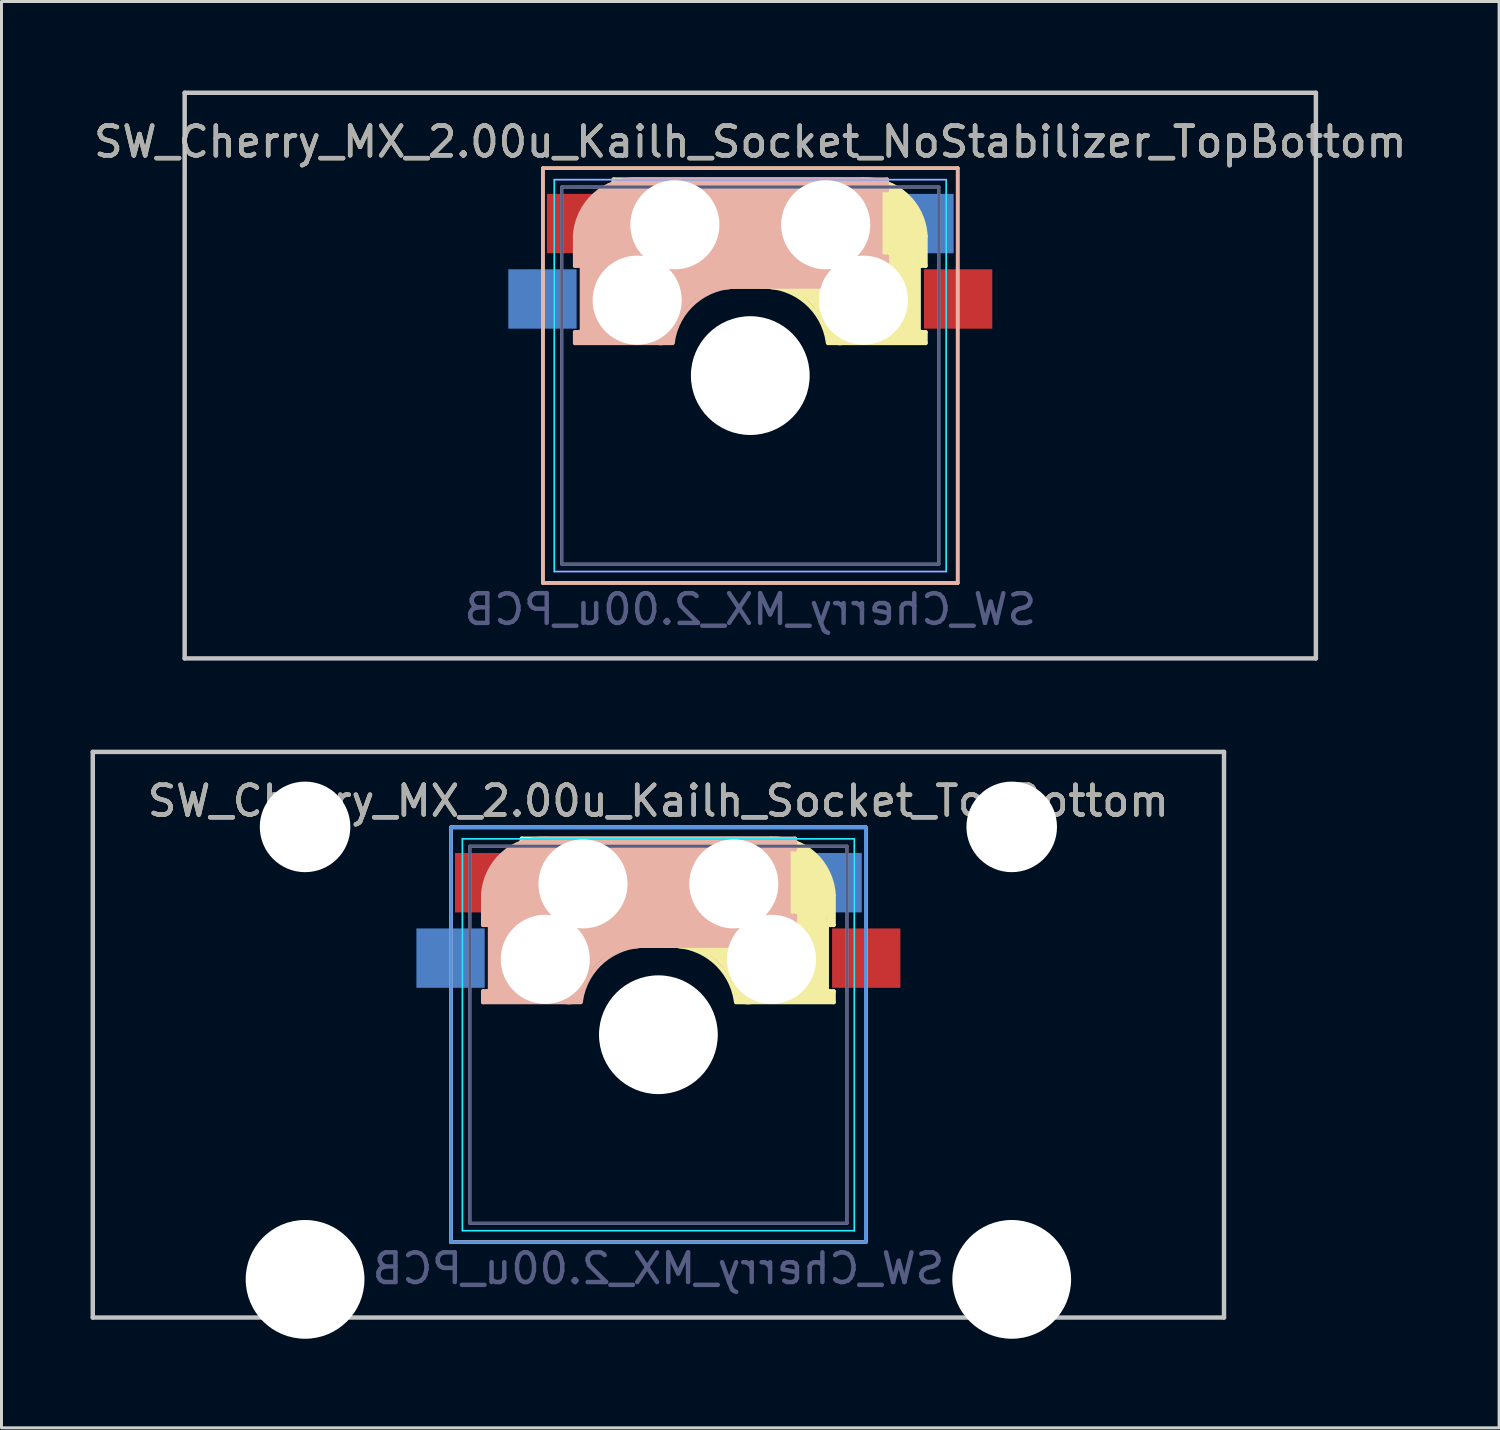
<source format=kicad_pcb>
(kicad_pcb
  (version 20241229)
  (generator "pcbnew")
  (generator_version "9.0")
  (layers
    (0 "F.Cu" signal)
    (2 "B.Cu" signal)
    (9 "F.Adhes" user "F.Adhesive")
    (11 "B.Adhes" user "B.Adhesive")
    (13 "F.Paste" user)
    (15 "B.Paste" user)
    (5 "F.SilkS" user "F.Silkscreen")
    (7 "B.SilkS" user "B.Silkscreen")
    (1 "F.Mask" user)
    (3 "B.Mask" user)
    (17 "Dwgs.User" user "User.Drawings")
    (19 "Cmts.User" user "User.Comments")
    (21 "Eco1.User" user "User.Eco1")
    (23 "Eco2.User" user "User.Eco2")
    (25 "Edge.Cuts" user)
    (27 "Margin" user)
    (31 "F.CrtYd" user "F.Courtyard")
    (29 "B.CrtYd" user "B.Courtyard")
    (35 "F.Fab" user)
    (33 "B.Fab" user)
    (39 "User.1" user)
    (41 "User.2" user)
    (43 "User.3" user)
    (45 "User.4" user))
  (footprint "SW_Cherry_MX_2.00u_Kailh_Socket_TopBottom"
    (layer "F.Cu")
    (at 21.665 26.72)
    (property "Reference" "SW_Cherry_MX_2.00u_Kailh_Socket_TopBottom" (at -2.54 -2.794 0) (layer "F.SilkS") (effects (font (size 1 1) (thickness 0.15))))
    (property "Value" "SW_Cherry_MX_2.00u_PCB" (at -2.54 12.954 0) (layer "F.Fab") (hide yes) (effects (font (size 1 1) (thickness 0.15))))
    (fp_line (start -9.525 -1.905) (end 4.445 -1.905) (stroke (width 0.12) (type solid)) (layer "F.SilkS"))
    (fp_line (start -9.525 12.065) (end -9.525 -1.905) (stroke (width 0.12) (type solid)) (layer "F.SilkS"))
    (fp_line (start -7.14 -1.52) (end 1.26 -1.52) (stroke (width 0.15) (type solid)) (layer "F.SilkS"))
    (fp_line (start -7.14 -1.17) (end -7.14 -1.52) (stroke (width 0.15) (type solid)) (layer "F.SilkS"))
    (fp_line (start -7.14 1.08) (end -6.94 1.08) (stroke (width 0.15) (type solid)) (layer "F.SilkS"))
    (fp_line (start -7.14 2.08) (end -7.14 1.08) (stroke (width 0.15) (type solid)) (layer "F.SilkS"))
    (fp_line (start -6.94 -1.32) (end -5.54 -1.32) (stroke (width 0.4) (type solid)) (layer "F.SilkS"))
    (fp_line (start -6.94 -1.17) (end -7.14 -1.17) (stroke (width 0.15) (type solid)) (layer "F.SilkS"))
    (fp_line (start -6.94 1.18) (end -6.94 1.88) (stroke (width 0.4) (type solid)) (layer "F.SilkS"))
    (fp_line (start -6.92 1.08) (end -6.92 -1.17) (stroke (width 0.15) (type solid)) (layer "F.SilkS"))
    (fp_line (start -6.84 1.78) (end -5.44 1.78) (stroke (width 0.5) (type solid)) (layer "F.SilkS"))
    (fp_line (start -6.44 -0.92) (end -6.44 1.58) (stroke (width 1) (type solid)) (layer "F.SilkS"))
    (fp_line (start -5.14 0.28) (end 1.56 0.28) (stroke (width 3.5) (type solid)) (layer "F.SilkS"))
    (fp_line (start -2.14 2.08) (end -7.14 2.08) (stroke (width 0.15) (type solid)) (layer "F.SilkS"))
    (fp_line (start 1.63 -0.02) (end 1.63 2.22) (stroke (width 3) (type solid)) (layer "F.SilkS"))
    (fp_line (start 2.76 3.48) (end 2.76 1.68) (stroke (width 0.8) (type solid)) (layer "F.SilkS"))
    (fp_line (start 3.13 1.38) (end 3.13 3.62) (stroke (width 0.15) (type solid)) (layer "F.SilkS"))
    (fp_line (start 3.16 3.62) (end 3.36 3.62) (stroke (width 0.15) (type solid)) (layer "F.SilkS"))
    (fp_line (start 3.16 3.78) (end 0.46 3.78) (stroke (width 0.5) (type solid)) (layer "F.SilkS"))
    (fp_line (start 3.26 1.28) (end 3.26 0.38) (stroke (width 0.3) (type solid)) (layer "F.SilkS"))
    (fp_line (start 3.36 0.38) (end 3.36 1.38) (stroke (width 0.15) (type solid)) (layer "F.SilkS"))
    (fp_line (start 3.36 1.38) (end 3.16 1.38) (stroke (width 0.15) (type solid)) (layer "F.SilkS"))
    (fp_line (start 3.36 3.98) (end 0.08 3.98) (stroke (width 0.15) (type solid)) (layer "F.SilkS"))
    (fp_line (start 3.36 3.98) (end 3.36 3.62) (stroke (width 0.15) (type solid)) (layer "F.SilkS"))
    (fp_line (start 4.445 -1.905) (end 4.445 12.065) (stroke (width 0.12) (type solid)) (layer "F.SilkS"))
    (fp_line (start 4.445 12.065) (end -9.525 12.065) (stroke (width 0.12) (type solid)) (layer "F.SilkS"))
    (fp_arc (start -2.14 2.08) (mid -0.671291 2.593882) (end 0.076318 3.958529) (stroke (width 0.15) (type solid)) (layer "F.SilkS"))
    (fp_arc (start -1.74 1.68) (mid -0.271291 2.193882) (end 0.476318 3.558529) (stroke (width 1) (type solid)) (layer "F.SilkS"))
    (fp_arc (start 1.26 -1.520001) (mid 2.703504 -1.004925) (end 3.360001 0.38) (stroke (width 0.15) (type solid)) (layer "F.SilkS"))
    (fp_line (start -9.525 -1.905) (end -9.525 12.065) (stroke (width 0.12) (type solid)) (layer "B.SilkS"))
    (fp_line (start -9.525 12.065) (end 4.445 12.065) (stroke (width 0.12) (type solid)) (layer "B.SilkS"))
    (fp_line (start -8.44 0.38) (end -8.44 1.38) (stroke (width 0.15) (type solid)) (layer "B.SilkS"))
    (fp_line (start -8.44 1.38) (end -8.24 1.38) (stroke (width 0.15) (type solid)) (layer "B.SilkS"))
    (fp_line (start -8.44 3.98) (end -8.44 3.62) (stroke (width 0.15) (type solid)) (layer "B.SilkS"))
    (fp_line (start -8.44 3.98) (end -5.16 3.98) (stroke (width 0.15) (type solid)) (layer "B.SilkS"))
    (fp_line (start -8.34 1.28) (end -8.34 0.38) (stroke (width 0.3) (type solid)) (layer "B.SilkS"))
    (fp_line (start -8.24 3.62) (end -8.44 3.62) (stroke (width 0.15) (type solid)) (layer "B.SilkS"))
    (fp_line (start -8.24 3.78) (end -5.54 3.78) (stroke (width 0.5) (type solid)) (layer "B.SilkS"))
    (fp_line (start -8.21 1.38) (end -8.21 3.62) (stroke (width 0.15) (type solid)) (layer "B.SilkS"))
    (fp_line (start -7.84 3.48) (end -7.84 1.68) (stroke (width 0.8) (type solid)) (layer "B.SilkS"))
    (fp_line (start -6.71 -0.02) (end -6.71 2.22) (stroke (width 3) (type solid)) (layer "B.SilkS"))
    (fp_line (start -2.94 2.08) (end 2.06 2.08) (stroke (width 0.15) (type solid)) (layer "B.SilkS"))
    (fp_line (start 0.06 0.28) (end -6.64 0.28) (stroke (width 3.5) (type solid)) (layer "B.SilkS"))
    (fp_line (start 1.36 -0.92) (end 1.36 1.58) (stroke (width 1) (type solid)) (layer "B.SilkS"))
    (fp_line (start 1.76 1.78) (end 0.36 1.78) (stroke (width 0.5) (type solid)) (layer "B.SilkS"))
    (fp_line (start 1.84 1.08) (end 1.84 -1.17) (stroke (width 0.15) (type solid)) (layer "B.SilkS"))
    (fp_line (start 1.86 -1.32) (end 0.46 -1.32) (stroke (width 0.4) (type solid)) (layer "B.SilkS"))
    (fp_line (start 1.86 -1.17) (end 2.06 -1.17) (stroke (width 0.15) (type solid)) (layer "B.SilkS"))
    (fp_line (start 1.86 1.18) (end 1.86 1.88) (stroke (width 0.4) (type solid)) (layer "B.SilkS"))
    (fp_line (start 2.06 -1.52) (end -6.34 -1.52) (stroke (width 0.15) (type solid)) (layer "B.SilkS"))
    (fp_line (start 2.06 -1.17) (end 2.06 -1.52) (stroke (width 0.15) (type solid)) (layer "B.SilkS"))
    (fp_line (start 2.06 1.08) (end 1.86 1.08) (stroke (width 0.15) (type solid)) (layer "B.SilkS"))
    (fp_line (start 2.06 2.08) (end 2.06 1.08) (stroke (width 0.15) (type solid)) (layer "B.SilkS"))
    (fp_line (start 4.445 -1.905) (end -9.525 -1.905) (stroke (width 0.12) (type solid)) (layer "B.SilkS"))
    (fp_line (start 4.445 12.065) (end 4.445 -1.905) (stroke (width 0.12) (type solid)) (layer "B.SilkS"))
    (fp_arc (start -8.44 0.380001) (mid -7.783504 -1.004924) (end -6.340001 -1.52) (stroke (width 0.15) (type solid)) (layer "B.SilkS"))
    (fp_arc (start -5.556318 3.558529) (mid -4.808709 2.193882) (end -3.34 1.68) (stroke (width 1) (type solid)) (layer "B.SilkS"))
    (fp_arc (start -5.156318 3.958529) (mid -4.408709 2.593882) (end -2.94 2.08) (stroke (width 0.15) (type solid)) (layer "B.SilkS"))
    (fp_line (start -21.59 -4.445) (end 16.51 -4.445) (stroke (width 0.15) (type solid)) (layer "Dwgs.User"))
    (fp_line (start -21.59 14.605) (end -21.59 -4.445) (stroke (width 0.15) (type solid)) (layer "Dwgs.User"))
    (fp_line (start 16.51 -4.445) (end 16.51 14.605) (stroke (width 0.15) (type solid)) (layer "Dwgs.User"))
    (fp_line (start 16.51 14.605) (end -21.59 14.605) (stroke (width 0.15) (type solid)) (layer "Dwgs.User"))
    (fp_line (start -9.525 -1.905) (end -9.525 12.065) (stroke (width 0.12) (type solid)) (layer "Cmts.User"))
    (fp_line (start -9.525 12.065) (end 4.445 12.065) (stroke (width 0.12) (type solid)) (layer "Cmts.User"))
    (fp_line (start 4.445 -1.905) (end -9.525 -1.905) (stroke (width 0.12) (type solid)) (layer "Cmts.User"))
    (fp_line (start 4.445 12.065) (end 4.445 -1.905) (stroke (width 0.12) (type solid)) (layer "Cmts.User"))
    (fp_line (start -9.14 -1.52) (end -9.14 11.68) (stroke (width 0.05) (type solid)) (layer "B.CrtYd"))
    (fp_line (start -9.14 11.68) (end 4.06 11.68) (stroke (width 0.05) (type solid)) (layer "B.CrtYd"))
    (fp_line (start 4.06 -1.52) (end -9.14 -1.52) (stroke (width 0.05) (type solid)) (layer "B.CrtYd"))
    (fp_line (start 4.06 11.68) (end 4.06 -1.52) (stroke (width 0.05) (type solid)) (layer "B.CrtYd"))
    (fp_line (start -9.14 -1.52) (end 4.06 -1.52) (stroke (width 0.05) (type solid)) (layer "F.CrtYd"))
    (fp_line (start -9.14 11.68) (end -9.14 -1.52) (stroke (width 0.05) (type solid)) (layer "F.CrtYd"))
    (fp_line (start 4.06 -1.52) (end 4.06 11.68) (stroke (width 0.05) (type solid)) (layer "F.CrtYd"))
    (fp_line (start 4.06 11.68) (end -9.14 11.68) (stroke (width 0.05) (type solid)) (layer "F.CrtYd"))
    (fp_line (start -8.89 -1.27) (end -8.89 11.43) (stroke (width 0.1) (type solid)) (layer "B.Fab"))
    (fp_line (start -8.89 11.43) (end 3.81 11.43) (stroke (width 0.1) (type solid)) (layer "B.Fab"))
    (fp_line (start 3.81 -1.27) (end -8.89 -1.27) (stroke (width 0.1) (type solid)) (layer "B.Fab"))
    (fp_line (start 3.81 11.43) (end 3.81 -1.27) (stroke (width 0.1) (type solid)) (layer "B.Fab"))
    (fp_line (start -8.89 -1.27) (end 3.81 -1.27) (stroke (width 0.1) (type solid)) (layer "F.Fab"))
    (fp_line (start -8.89 11.43) (end -8.89 -1.27) (stroke (width 0.1) (type solid)) (layer "F.Fab"))
    (fp_line (start 3.81 -1.27) (end 3.81 11.43) (stroke (width 0.1) (type solid)) (layer "F.Fab"))
    (fp_line (start 3.81 11.43) (end -8.89 11.43) (stroke (width 0.1) (type solid)) (layer "F.Fab"))
    (fp_text user "${VALUE}" (at -2.54 12.954 0) (layer "B.Fab") (effects (font (size 1 1) (thickness 0.15)) (justify mirror)))
    (fp_text user "${REFERENCE}" (at -2.54 -2.794 0) (layer "F.Fab") (effects (font (size 1 1) (thickness 0.15))))
    (pad "" np_thru_hole circle (at -14.44 -1.92) (size 3.05 3.05) (drill 3.05) (layers "*.Cu" "*.Mask"))
    (pad "" np_thru_hole circle (at -14.44 13.32) (size 4 4) (drill 4) (layers "*.Cu" "*.Mask"))
    (pad "" np_thru_hole circle (at -6.35 2.54) (size 3 3) (drill 3) (layers "*.Cu" "*.Mask"))
    (pad "" np_thru_hole circle (at -5.08 0) (size 3 3) (drill 3) (layers "*.Cu" "*.Mask"))
    (pad "" np_thru_hole circle (at -2.54 5.08) (size 4 4) (drill 4) (layers "*.Cu" "*.Mask"))
    (pad "" np_thru_hole circle (at 0 0) (size 3 3) (drill 3) (layers "*.Cu" "*.Mask"))
    (pad "" np_thru_hole circle (at 1.27 2.54) (size 3 3) (drill 3) (layers "*.Cu" "*.Mask"))
    (pad "" np_thru_hole circle (at 9.36 -1.92) (size 3.05 3.05) (drill 3.05) (layers "*.Cu" "*.Mask"))
    (pad "" np_thru_hole circle (at 9.36 13.32) (size 4 4) (drill 4) (layers "*.Cu" "*.Mask"))
    (pad "1" smd rect (at 3.16 -0.04) (size 2.3 2) (layers "B.Cu" "B.Mask" "B.Paste"))
    (pad "1" smd rect (at 4.46 2.5) (size 2.3 2) (layers "F.Cu" "F.Mask" "F.Paste"))
    (pad "2" smd rect (at -9.54 2.5) (size 2.3 2) (layers "B.Cu" "B.Mask" "B.Paste"))
    (pad "2" smd rect (at -8.24 -0.04) (size 2.3 2) (layers "F.Cu" "F.Mask" "F.Paste")))
  (footprint "SW_Cherry_MX_2.00u_Kailh_Socket_NoStabilizer_TopBottom"
    (layer "F.Cu")
    (at 24.76 4.52)
    (property "Reference" "SW_Cherry_MX_2.00u_Kailh_Socket_NoStabilizer_TopBottom" (at -2.54 -2.794 0) (layer "F.SilkS") (effects (font (size 1 1) (thickness 0.15))))
    (property "Value" "SW_Cherry_MX_2.00u_PCB" (at -2.54 12.954 0) (layer "F.Fab") (hide yes) (effects (font (size 1 1) (thickness 0.15))))
    (fp_line (start -9.525 -1.905) (end 4.445 -1.905) (stroke (width 0.12) (type solid)) (layer "F.SilkS"))
    (fp_line (start -9.525 12.065) (end -9.525 -1.905) (stroke (width 0.12) (type solid)) (layer "F.SilkS"))
    (fp_line (start -7.14 -1.52) (end 1.26 -1.52) (stroke (width 0.15) (type solid)) (layer "F.SilkS"))
    (fp_line (start -7.14 -1.17) (end -7.14 -1.52) (stroke (width 0.15) (type solid)) (layer "F.SilkS"))
    (fp_line (start -7.14 1.08) (end -6.94 1.08) (stroke (width 0.15) (type solid)) (layer "F.SilkS"))
    (fp_line (start -7.14 2.08) (end -7.14 1.08) (stroke (width 0.15) (type solid)) (layer "F.SilkS"))
    (fp_line (start -6.94 -1.32) (end -5.54 -1.32) (stroke (width 0.4) (type solid)) (layer "F.SilkS"))
    (fp_line (start -6.94 -1.17) (end -7.14 -1.17) (stroke (width 0.15) (type solid)) (layer "F.SilkS"))
    (fp_line (start -6.94 1.18) (end -6.94 1.88) (stroke (width 0.4) (type solid)) (layer "F.SilkS"))
    (fp_line (start -6.92 1.08) (end -6.92 -1.17) (stroke (width 0.15) (type solid)) (layer "F.SilkS"))
    (fp_line (start -6.84 1.78) (end -5.44 1.78) (stroke (width 0.5) (type solid)) (layer "F.SilkS"))
    (fp_line (start -6.44 -0.92) (end -6.44 1.58) (stroke (width 1) (type solid)) (layer "F.SilkS"))
    (fp_line (start -5.14 0.28) (end 1.56 0.28) (stroke (width 3.5) (type solid)) (layer "F.SilkS"))
    (fp_line (start -2.14 2.08) (end -7.14 2.08) (stroke (width 0.15) (type solid)) (layer "F.SilkS"))
    (fp_line (start 1.63 -0.02) (end 1.63 2.22) (stroke (width 3) (type solid)) (layer "F.SilkS"))
    (fp_line (start 2.76 3.48) (end 2.76 1.68) (stroke (width 0.8) (type solid)) (layer "F.SilkS"))
    (fp_line (start 3.13 1.38) (end 3.13 3.62) (stroke (width 0.15) (type solid)) (layer "F.SilkS"))
    (fp_line (start 3.16 3.62) (end 3.36 3.62) (stroke (width 0.15) (type solid)) (layer "F.SilkS"))
    (fp_line (start 3.16 3.78) (end 0.46 3.78) (stroke (width 0.5) (type solid)) (layer "F.SilkS"))
    (fp_line (start 3.26 1.28) (end 3.26 0.38) (stroke (width 0.3) (type solid)) (layer "F.SilkS"))
    (fp_line (start 3.36 0.38) (end 3.36 1.38) (stroke (width 0.15) (type solid)) (layer "F.SilkS"))
    (fp_line (start 3.36 1.38) (end 3.16 1.38) (stroke (width 0.15) (type solid)) (layer "F.SilkS"))
    (fp_line (start 3.36 3.98) (end 0.08 3.98) (stroke (width 0.15) (type solid)) (layer "F.SilkS"))
    (fp_line (start 3.36 3.98) (end 3.36 3.62) (stroke (width 0.15) (type solid)) (layer "F.SilkS"))
    (fp_line (start 4.445 -1.905) (end 4.445 12.065) (stroke (width 0.12) (type solid)) (layer "F.SilkS"))
    (fp_line (start 4.445 12.065) (end -9.525 12.065) (stroke (width 0.12) (type solid)) (layer "F.SilkS"))
    (fp_arc (start -2.14 2.08) (mid -0.671291 2.593882) (end 0.076318 3.958529) (stroke (width 0.15) (type solid)) (layer "F.SilkS"))
    (fp_arc (start -1.74 1.68) (mid -0.271291 2.193882) (end 0.476318 3.558529) (stroke (width 1) (type solid)) (layer "F.SilkS"))
    (fp_arc (start 1.26 -1.520001) (mid 2.703504 -1.004925) (end 3.360001 0.38) (stroke (width 0.15) (type solid)) (layer "F.SilkS"))
    (fp_line (start -9.525 -1.905) (end -9.525 12.065) (stroke (width 0.12) (type solid)) (layer "B.SilkS"))
    (fp_line (start -9.525 12.065) (end 4.445 12.065) (stroke (width 0.12) (type solid)) (layer "B.SilkS"))
    (fp_line (start -8.44 0.38) (end -8.44 1.38) (stroke (width 0.15) (type solid)) (layer "B.SilkS"))
    (fp_line (start -8.44 1.38) (end -8.24 1.38) (stroke (width 0.15) (type solid)) (layer "B.SilkS"))
    (fp_line (start -8.44 3.98) (end -8.44 3.62) (stroke (width 0.15) (type solid)) (layer "B.SilkS"))
    (fp_line (start -8.44 3.98) (end -5.16 3.98) (stroke (width 0.15) (type solid)) (layer "B.SilkS"))
    (fp_line (start -8.34 1.28) (end -8.34 0.38) (stroke (width 0.3) (type solid)) (layer "B.SilkS"))
    (fp_line (start -8.24 3.62) (end -8.44 3.62) (stroke (width 0.15) (type solid)) (layer "B.SilkS"))
    (fp_line (start -8.24 3.78) (end -5.54 3.78) (stroke (width 0.5) (type solid)) (layer "B.SilkS"))
    (fp_line (start -8.21 1.38) (end -8.21 3.62) (stroke (width 0.15) (type solid)) (layer "B.SilkS"))
    (fp_line (start -7.84 3.48) (end -7.84 1.68) (stroke (width 0.8) (type solid)) (layer "B.SilkS"))
    (fp_line (start -6.71 -0.02) (end -6.71 2.22) (stroke (width 3) (type solid)) (layer "B.SilkS"))
    (fp_line (start -2.94 2.08) (end 2.06 2.08) (stroke (width 0.15) (type solid)) (layer "B.SilkS"))
    (fp_line (start 0.06 0.28) (end -6.64 0.28) (stroke (width 3.5) (type solid)) (layer "B.SilkS"))
    (fp_line (start 1.36 -0.92) (end 1.36 1.58) (stroke (width 1) (type solid)) (layer "B.SilkS"))
    (fp_line (start 1.76 1.78) (end 0.36 1.78) (stroke (width 0.5) (type solid)) (layer "B.SilkS"))
    (fp_line (start 1.84 1.08) (end 1.84 -1.17) (stroke (width 0.15) (type solid)) (layer "B.SilkS"))
    (fp_line (start 1.86 -1.32) (end 0.46 -1.32) (stroke (width 0.4) (type solid)) (layer "B.SilkS"))
    (fp_line (start 1.86 -1.17) (end 2.06 -1.17) (stroke (width 0.15) (type solid)) (layer "B.SilkS"))
    (fp_line (start 1.86 1.18) (end 1.86 1.88) (stroke (width 0.4) (type solid)) (layer "B.SilkS"))
    (fp_line (start 2.06 -1.52) (end -6.34 -1.52) (stroke (width 0.15) (type solid)) (layer "B.SilkS"))
    (fp_line (start 2.06 -1.17) (end 2.06 -1.52) (stroke (width 0.15) (type solid)) (layer "B.SilkS"))
    (fp_line (start 2.06 1.08) (end 1.86 1.08) (stroke (width 0.15) (type solid)) (layer "B.SilkS"))
    (fp_line (start 2.06 2.08) (end 2.06 1.08) (stroke (width 0.15) (type solid)) (layer "B.SilkS"))
    (fp_line (start 4.445 -1.905) (end -9.525 -1.905) (stroke (width 0.12) (type solid)) (layer "B.SilkS"))
    (fp_line (start 4.445 12.065) (end 4.445 -1.905) (stroke (width 0.12) (type solid)) (layer "B.SilkS"))
    (fp_arc (start -8.44 0.380001) (mid -7.783504 -1.004924) (end -6.340001 -1.52) (stroke (width 0.15) (type solid)) (layer "B.SilkS"))
    (fp_arc (start -5.556318 3.558529) (mid -4.808709 2.193882) (end -3.34 1.68) (stroke (width 1) (type solid)) (layer "B.SilkS"))
    (fp_arc (start -5.156318 3.958529) (mid -4.408709 2.593882) (end -2.94 2.08) (stroke (width 0.15) (type solid)) (layer "B.SilkS"))
    (fp_line (start -21.59 -4.445) (end 16.51 -4.445) (stroke (width 0.15) (type solid)) (layer "Dwgs.User"))
    (fp_line (start -21.59 14.605) (end -21.59 -4.445) (stroke (width 0.15) (type solid)) (layer "Dwgs.User"))
    (fp_line (start 16.51 -4.445) (end 16.51 14.605) (stroke (width 0.15) (type solid)) (layer "Dwgs.User"))
    (fp_line (start 16.51 14.605) (end -21.59 14.605) (stroke (width 0.15) (type solid)) (layer "Dwgs.User"))
    (fp_line (start -9.14 -1.52) (end -9.14 11.68) (stroke (width 0.05) (type solid)) (layer "B.CrtYd"))
    (fp_line (start -9.14 11.68) (end 4.06 11.68) (stroke (width 0.05) (type solid)) (layer "B.CrtYd"))
    (fp_line (start 4.06 -1.52) (end -9.14 -1.52) (stroke (width 0.05) (type solid)) (layer "B.CrtYd"))
    (fp_line (start 4.06 11.68) (end 4.06 -1.52) (stroke (width 0.05) (type solid)) (layer "B.CrtYd"))
    (fp_line (start -9.14 -1.52) (end 4.06 -1.52) (stroke (width 0.05) (type solid)) (layer "F.CrtYd"))
    (fp_line (start -9.14 11.68) (end -9.14 -1.52) (stroke (width 0.05) (type solid)) (layer "F.CrtYd"))
    (fp_line (start 4.06 -1.52) (end 4.06 11.68) (stroke (width 0.05) (type solid)) (layer "F.CrtYd"))
    (fp_line (start 4.06 11.68) (end -9.14 11.68) (stroke (width 0.05) (type solid)) (layer "F.CrtYd"))
    (fp_line (start -8.89 -1.27) (end -8.89 11.43) (stroke (width 0.1) (type solid)) (layer "B.Fab"))
    (fp_line (start -8.89 11.43) (end 3.81 11.43) (stroke (width 0.1) (type solid)) (layer "B.Fab"))
    (fp_line (start 3.81 -1.27) (end -8.89 -1.27) (stroke (width 0.1) (type solid)) (layer "B.Fab"))
    (fp_line (start 3.81 11.43) (end 3.81 -1.27) (stroke (width 0.1) (type solid)) (layer "B.Fab"))
    (fp_line (start -8.89 -1.27) (end 3.81 -1.27) (stroke (width 0.1) (type solid)) (layer "F.Fab"))
    (fp_line (start -8.89 11.43) (end -8.89 -1.27) (stroke (width 0.1) (type solid)) (layer "F.Fab"))
    (fp_line (start 3.81 -1.27) (end 3.81 11.43) (stroke (width 0.1) (type solid)) (layer "F.Fab"))
    (fp_line (start 3.81 11.43) (end -8.89 11.43) (stroke (width 0.1) (type solid)) (layer "F.Fab"))
    (fp_text user "${VALUE}" (at -2.54 12.954 0) (layer "B.Fab") (effects (font (size 1 1) (thickness 0.15)) (justify mirror)))
    (fp_text user "${REFERENCE}" (at -2.54 -2.794 0) (layer "F.Fab") (effects (font (size 1 1) (thickness 0.15))))
    (pad "" np_thru_hole circle (at -6.35 2.54) (size 3 3) (drill 3) (layers "*.Cu" "*.Mask"))
    (pad "" np_thru_hole circle (at -5.08 0) (size 3 3) (drill 3) (layers "*.Cu" "*.Mask"))
    (pad "" np_thru_hole circle (at -2.54 5.08) (size 4 4) (drill 4) (layers "*.Cu" "*.Mask"))
    (pad "" np_thru_hole circle (at 0 0) (size 3 3) (drill 3) (layers "*.Cu" "*.Mask"))
    (pad "" np_thru_hole circle (at 1.27 2.54) (size 3 3) (drill 3) (layers "*.Cu" "*.Mask"))
    (pad "1" smd rect (at 3.16 -0.04) (size 2.3 2) (layers "B.Cu" "B.Mask" "B.Paste"))
    (pad "1" smd rect (at 4.46 2.5) (size 2.3 2) (layers "F.Cu" "F.Mask" "F.Paste"))
    (pad "2" smd rect (at -9.54 2.5) (size 2.3 2) (layers "B.Cu" "B.Mask" "B.Paste"))
    (pad "2" smd rect (at -8.24 -0.04) (size 2.3 2) (layers "F.Cu" "F.Mask" "F.Paste")))
  (gr_rect
    (start -3 -3)
    (end 47.44 45.04)
    (stroke (width 0.1) (type default))
    (fill no)
    (layer "Edge.Cuts")))
</source>
